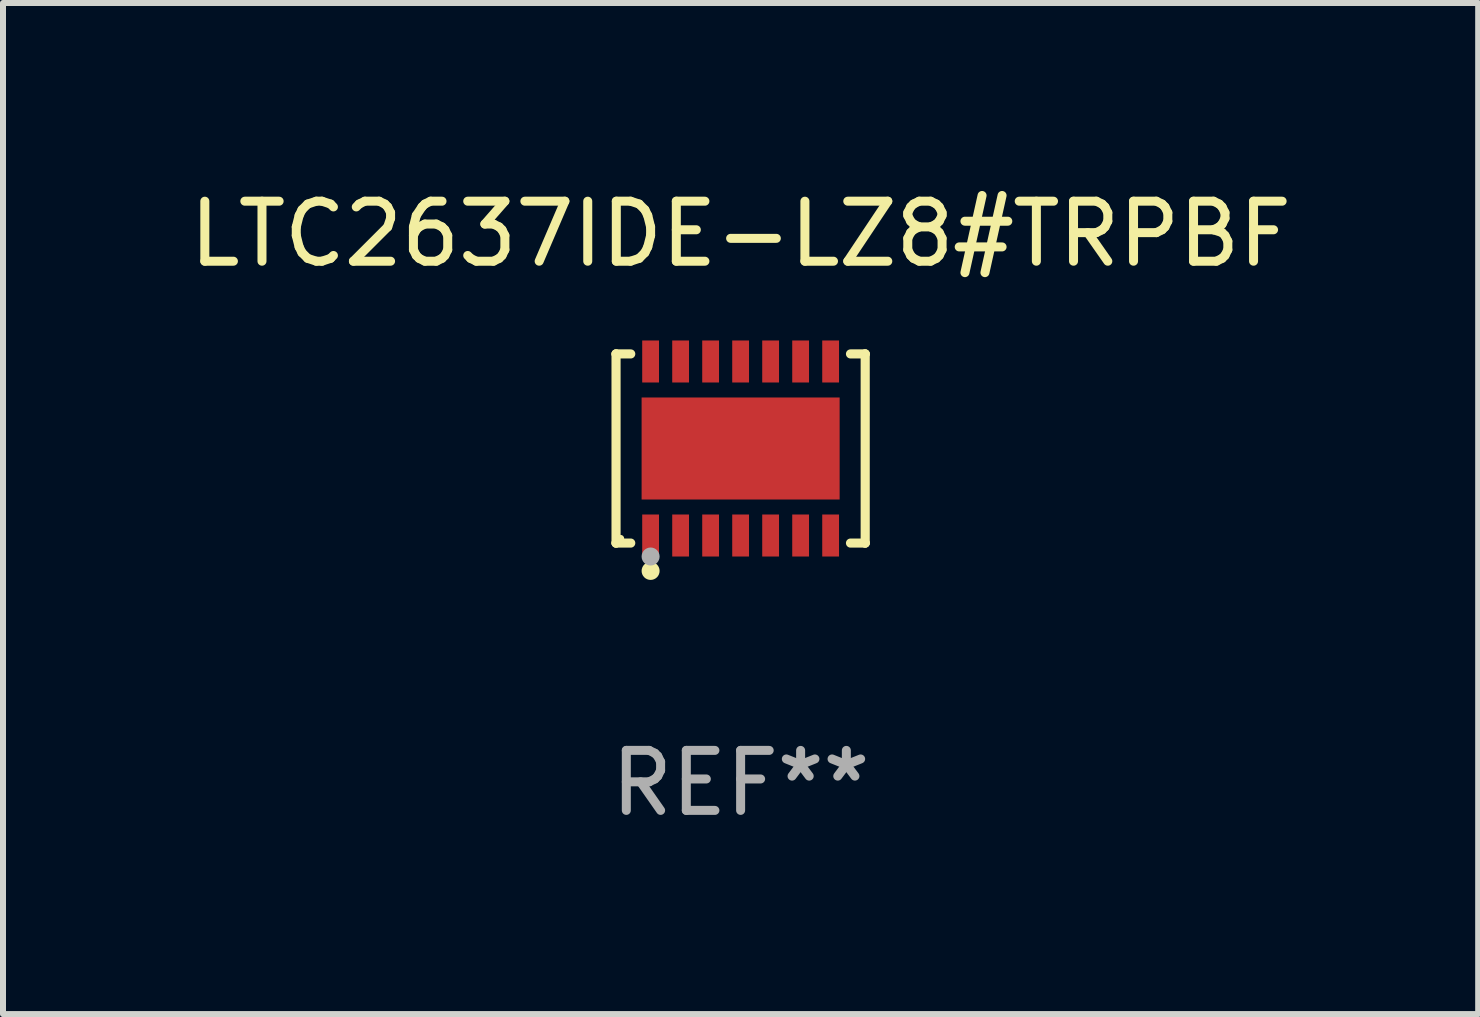
<source format=kicad_pcb>
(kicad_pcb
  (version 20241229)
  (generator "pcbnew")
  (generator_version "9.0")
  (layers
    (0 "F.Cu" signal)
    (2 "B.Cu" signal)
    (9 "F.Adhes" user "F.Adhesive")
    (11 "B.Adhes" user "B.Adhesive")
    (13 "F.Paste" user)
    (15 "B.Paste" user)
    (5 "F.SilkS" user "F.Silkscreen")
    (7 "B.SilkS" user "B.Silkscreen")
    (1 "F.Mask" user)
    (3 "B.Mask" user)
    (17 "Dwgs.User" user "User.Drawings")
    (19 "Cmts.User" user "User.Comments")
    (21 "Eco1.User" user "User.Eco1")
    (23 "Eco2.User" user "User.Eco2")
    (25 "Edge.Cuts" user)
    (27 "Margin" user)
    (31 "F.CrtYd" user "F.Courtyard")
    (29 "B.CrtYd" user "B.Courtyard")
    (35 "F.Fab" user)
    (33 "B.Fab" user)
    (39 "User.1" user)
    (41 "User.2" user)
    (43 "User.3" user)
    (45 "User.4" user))
  (footprint "LTC2637IDE-LZ8#TRPBF"
    (layer "F.Cu")
    (at 9.292 4.424)
    (property "Reference" "LTC2637IDE-LZ8#TRPBF" (at 0 -3.576 0) (layer "F.SilkS") (effects (font (size 1 1) (thickness 0.15))))
    (attr through_hole)
    (fp_line (start -2.076 -1.576) (end -2.076 -1.576) (stroke (width 0.152) (type solid)) (layer "F.SilkS"))
    (fp_line (start -2.076 -1.576) (end -1.831 -1.576) (stroke (width 0.152) (type solid)) (layer "F.SilkS"))
    (fp_line (start -2.076 1.576) (end -2.076 -1.576) (stroke (width 0.152) (type solid)) (layer "F.SilkS"))
    (fp_line (start -2.076 1.576) (end -2.076 1.576) (stroke (width 0.152) (type solid)) (layer "F.SilkS"))
    (fp_line (start -1.831 1.576) (end -2.076 1.576) (stroke (width 0.152) (type solid)) (layer "F.SilkS"))
    (fp_line (start 1.831 1.576) (end 2.076 1.576) (stroke (width 0.152) (type solid)) (layer "F.SilkS"))
    (fp_line (start 2.076 -1.576) (end 1.831 -1.576) (stroke (width 0.152) (type solid)) (layer "F.SilkS"))
    (fp_line (start 2.076 -1.576) (end 2.076 -1.576) (stroke (width 0.152) (type solid)) (layer "F.SilkS"))
    (fp_line (start 2.076 1.576) (end 2.076 -1.576) (stroke (width 0.152) (type solid)) (layer "F.SilkS"))
    (fp_line (start 2.076 1.576) (end 2.076 1.576) (stroke (width 0.152) (type solid)) (layer "F.SilkS"))
    (fp_circle (center -2 1.5) (end -1.97 1.5) (stroke (width 0.06) (type solid)) (fill no) (layer "F.SilkS"))
    (fp_circle (center -1.5 2.04) (end -1.425 2.04) (stroke (width 0.15) (type solid)) (fill no) (layer "F.SilkS"))
    (fp_circle (center -1.5 1.8) (end -1.425 1.8) (stroke (width 0.15) (type solid)) (fill no) (layer "F.Fab"))
    (fp_text user "REF**" (at 0 5.576 0) (layer "F.Fab") (effects (font (size 1 1) (thickness 0.15))))
    (pad "1" smd rect (at -1.5 1.45) (size 0.28 0.7) (layers "F.Cu" "F.Mask" "F.Paste"))
    (pad "2" smd rect (at -1 1.45) (size 0.28 0.7) (layers "F.Cu" "F.Mask" "F.Paste"))
    (pad "3" smd rect (at -0.5 1.45) (size 0.28 0.7) (layers "F.Cu" "F.Mask" "F.Paste"))
    (pad "4" smd rect (at 0 1.45) (size 0.28 0.7) (layers "F.Cu" "F.Mask" "F.Paste"))
    (pad "5" smd rect (at 0.5 1.45) (size 0.28 0.7) (layers "F.Cu" "F.Mask" "F.Paste"))
    (pad "6" smd rect (at 1 1.45) (size 0.28 0.7) (layers "F.Cu" "F.Mask" "F.Paste"))
    (pad "7" smd rect (at 1.5 1.45) (size 0.28 0.7) (layers "F.Cu" "F.Mask" "F.Paste"))
    (pad "8" smd rect (at 1.5 -1.45) (size 0.28 0.7) (layers "F.Cu" "F.Mask" "F.Paste"))
    (pad "9" smd rect (at 1 -1.45) (size 0.28 0.7) (layers "F.Cu" "F.Mask" "F.Paste"))
    (pad "10" smd rect (at 0.5 -1.45) (size 0.28 0.7) (layers "F.Cu" "F.Mask" "F.Paste"))
    (pad "11" smd rect (at 0 -1.45) (size 0.28 0.7) (layers "F.Cu" "F.Mask" "F.Paste"))
    (pad "12" smd rect (at -0.5 -1.45) (size 0.28 0.7) (layers "F.Cu" "F.Mask" "F.Paste"))
    (pad "13" smd rect (at -1 -1.45) (size 0.28 0.7) (layers "F.Cu" "F.Mask" "F.Paste"))
    (pad "14" smd rect (at -1.5 -1.45) (size 0.28 0.7) (layers "F.Cu" "F.Mask" "F.Paste"))
    (pad "15" smd rect (at 0 0) (size 3.3 1.7) (layers "F.Cu" "F.Mask" "F.Paste")))
  (gr_rect
    (start -3 -3)
    (end 21.583 13.849)
    (stroke (width 0.1) (type default))
    (fill no)
    (layer "Edge.Cuts")))
</source>
